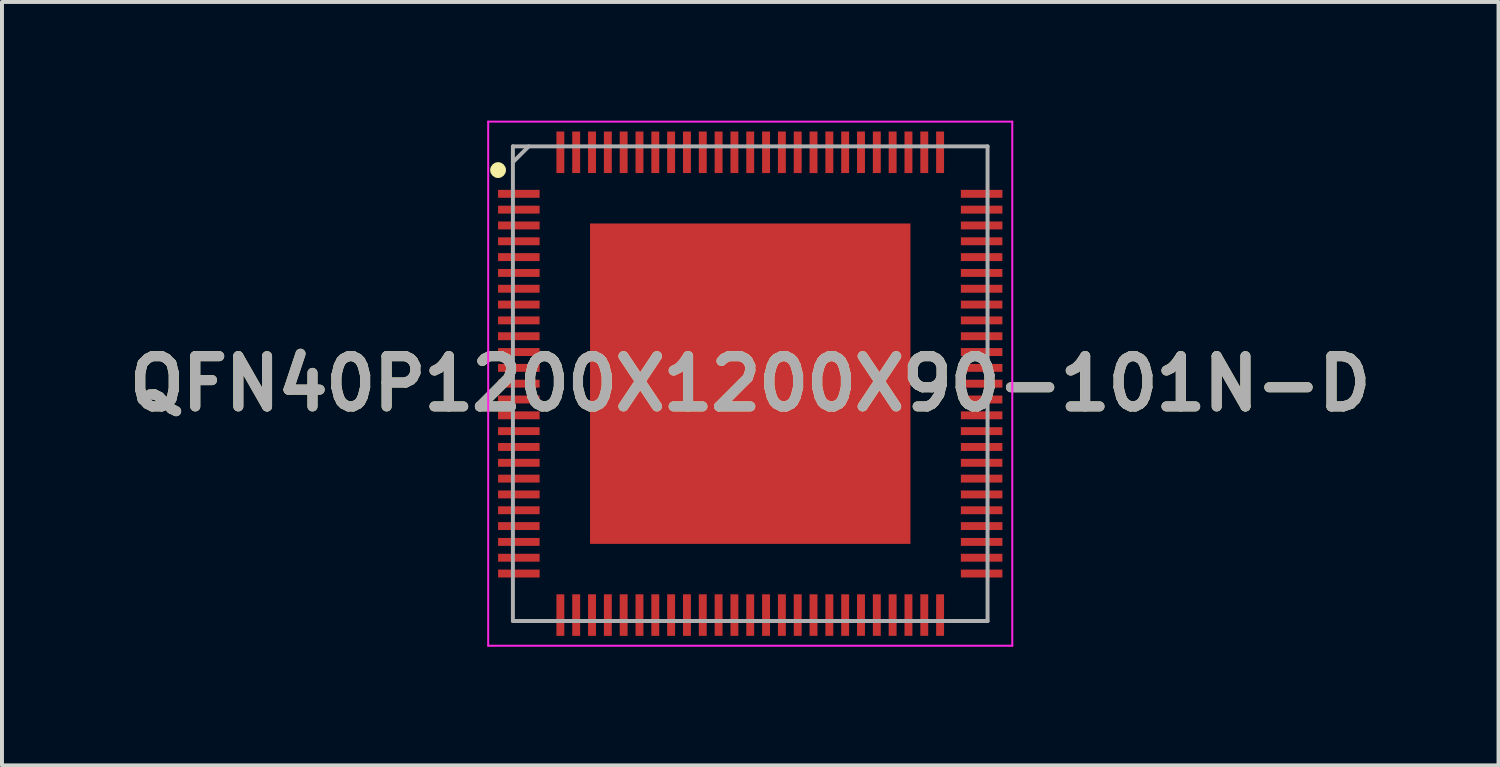
<source format=kicad_pcb>
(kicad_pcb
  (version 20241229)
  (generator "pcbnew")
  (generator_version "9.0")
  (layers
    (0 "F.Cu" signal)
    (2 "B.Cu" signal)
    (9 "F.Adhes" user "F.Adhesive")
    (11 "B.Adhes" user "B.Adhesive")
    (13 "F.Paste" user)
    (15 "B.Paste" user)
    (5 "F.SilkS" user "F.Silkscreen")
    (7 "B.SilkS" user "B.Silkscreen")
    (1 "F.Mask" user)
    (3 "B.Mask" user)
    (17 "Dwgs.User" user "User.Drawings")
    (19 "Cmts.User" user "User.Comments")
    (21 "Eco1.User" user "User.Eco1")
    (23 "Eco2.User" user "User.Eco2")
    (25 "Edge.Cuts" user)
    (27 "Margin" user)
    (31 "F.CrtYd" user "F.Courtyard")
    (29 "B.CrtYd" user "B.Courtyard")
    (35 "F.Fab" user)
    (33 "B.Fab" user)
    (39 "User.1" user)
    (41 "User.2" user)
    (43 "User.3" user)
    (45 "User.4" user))
  (footprint "QFN40P1200X1200X90-101N-D"
    (layer "F.Cu")
    (at 15.917 6.65)
    (property "Reference" "QFN40P1200X1200X90-101N-D" (at 0 0 0) (layer "F.SilkS") (effects (font (size 1.27 1.27) (thickness 0.254))))
    (attr smd)
    (fp_circle (center -6.375 -5.4) (end -6.375 -5.3) (stroke (width 0.2) (type solid)) (fill no) (layer "F.SilkS"))
    (fp_line (start -6.625 -6.625) (end 6.625 -6.625) (stroke (width 0.05) (type solid)) (layer "F.CrtYd"))
    (fp_line (start -6.625 6.625) (end -6.625 -6.625) (stroke (width 0.05) (type solid)) (layer "F.CrtYd"))
    (fp_line (start 6.625 -6.625) (end 6.625 6.625) (stroke (width 0.05) (type solid)) (layer "F.CrtYd"))
    (fp_line (start 6.625 6.625) (end -6.625 6.625) (stroke (width 0.05) (type solid)) (layer "F.CrtYd"))
    (fp_line (start -6 -6) (end 6 -6) (stroke (width 0.1) (type solid)) (layer "F.Fab"))
    (fp_line (start -6 -5.6) (end -5.6 -6) (stroke (width 0.1) (type solid)) (layer "F.Fab"))
    (fp_line (start -6 6) (end -6 -6) (stroke (width 0.1) (type solid)) (layer "F.Fab"))
    (fp_line (start 6 -6) (end 6 6) (stroke (width 0.1) (type solid)) (layer "F.Fab"))
    (fp_line (start 6 6) (end -6 6) (stroke (width 0.1) (type solid)) (layer "F.Fab"))
    (fp_text user "${REFERENCE}" (at 0 0 0) (layer "F.Fab") (effects (font (size 1.27 1.27) (thickness 0.254))))
    (pad "1" smd rect (at -5.85 -4.8 90) (size 0.2 1.05) (layers "F.Cu" "F.Mask" "F.Paste"))
    (pad "2" smd rect (at -5.85 -4.4 90) (size 0.2 1.05) (layers "F.Cu" "F.Mask" "F.Paste"))
    (pad "3" smd rect (at -5.85 -4 90) (size 0.2 1.05) (layers "F.Cu" "F.Mask" "F.Paste"))
    (pad "4" smd rect (at -5.85 -3.6 90) (size 0.2 1.05) (layers "F.Cu" "F.Mask" "F.Paste"))
    (pad "5" smd rect (at -5.85 -3.2 90) (size 0.2 1.05) (layers "F.Cu" "F.Mask" "F.Paste"))
    (pad "6" smd rect (at -5.85 -2.8 90) (size 0.2 1.05) (layers "F.Cu" "F.Mask" "F.Paste"))
    (pad "7" smd rect (at -5.85 -2.4 90) (size 0.2 1.05) (layers "F.Cu" "F.Mask" "F.Paste"))
    (pad "8" smd rect (at -5.85 -2 90) (size 0.2 1.05) (layers "F.Cu" "F.Mask" "F.Paste"))
    (pad "9" smd rect (at -5.85 -1.6 90) (size 0.2 1.05) (layers "F.Cu" "F.Mask" "F.Paste"))
    (pad "10" smd rect (at -5.85 -1.2 90) (size 0.2 1.05) (layers "F.Cu" "F.Mask" "F.Paste"))
    (pad "11" smd rect (at -5.85 -0.8 90) (size 0.2 1.05) (layers "F.Cu" "F.Mask" "F.Paste"))
    (pad "12" smd rect (at -5.85 -0.4 90) (size 0.2 1.05) (layers "F.Cu" "F.Mask" "F.Paste"))
    (pad "13" smd rect (at -5.85 0 90) (size 0.2 1.05) (layers "F.Cu" "F.Mask" "F.Paste"))
    (pad "14" smd rect (at -5.85 0.4 90) (size 0.2 1.05) (layers "F.Cu" "F.Mask" "F.Paste"))
    (pad "15" smd rect (at -5.85 0.8 90) (size 0.2 1.05) (layers "F.Cu" "F.Mask" "F.Paste"))
    (pad "16" smd rect (at -5.85 1.2 90) (size 0.2 1.05) (layers "F.Cu" "F.Mask" "F.Paste"))
    (pad "17" smd rect (at -5.85 1.6 90) (size 0.2 1.05) (layers "F.Cu" "F.Mask" "F.Paste"))
    (pad "18" smd rect (at -5.85 2 90) (size 0.2 1.05) (layers "F.Cu" "F.Mask" "F.Paste"))
    (pad "19" smd rect (at -5.85 2.4 90) (size 0.2 1.05) (layers "F.Cu" "F.Mask" "F.Paste"))
    (pad "20" smd rect (at -5.85 2.8 90) (size 0.2 1.05) (layers "F.Cu" "F.Mask" "F.Paste"))
    (pad "21" smd rect (at -5.85 3.2 90) (size 0.2 1.05) (layers "F.Cu" "F.Mask" "F.Paste"))
    (pad "22" smd rect (at -5.85 3.6 90) (size 0.2 1.05) (layers "F.Cu" "F.Mask" "F.Paste"))
    (pad "23" smd rect (at -5.85 4 90) (size 0.2 1.05) (layers "F.Cu" "F.Mask" "F.Paste"))
    (pad "24" smd rect (at -5.85 4.4 90) (size 0.2 1.05) (layers "F.Cu" "F.Mask" "F.Paste"))
    (pad "25" smd rect (at -5.85 4.8 90) (size 0.2 1.05) (layers "F.Cu" "F.Mask" "F.Paste"))
    (pad "26" smd rect (at -4.8 5.85) (size 0.2 1.05) (layers "F.Cu" "F.Mask" "F.Paste"))
    (pad "27" smd rect (at -4.4 5.85) (size 0.2 1.05) (layers "F.Cu" "F.Mask" "F.Paste"))
    (pad "28" smd rect (at -4 5.85) (size 0.2 1.05) (layers "F.Cu" "F.Mask" "F.Paste"))
    (pad "29" smd rect (at -3.6 5.85) (size 0.2 1.05) (layers "F.Cu" "F.Mask" "F.Paste"))
    (pad "30" smd rect (at -3.2 5.85) (size 0.2 1.05) (layers "F.Cu" "F.Mask" "F.Paste"))
    (pad "31" smd rect (at -2.8 5.85) (size 0.2 1.05) (layers "F.Cu" "F.Mask" "F.Paste"))
    (pad "32" smd rect (at -2.4 5.85) (size 0.2 1.05) (layers "F.Cu" "F.Mask" "F.Paste"))
    (pad "33" smd rect (at -2 5.85) (size 0.2 1.05) (layers "F.Cu" "F.Mask" "F.Paste"))
    (pad "34" smd rect (at -1.6 5.85) (size 0.2 1.05) (layers "F.Cu" "F.Mask" "F.Paste"))
    (pad "35" smd rect (at -1.2 5.85) (size 0.2 1.05) (layers "F.Cu" "F.Mask" "F.Paste"))
    (pad "36" smd rect (at -0.8 5.85) (size 0.2 1.05) (layers "F.Cu" "F.Mask" "F.Paste"))
    (pad "37" smd rect (at -0.4 5.85) (size 0.2 1.05) (layers "F.Cu" "F.Mask" "F.Paste"))
    (pad "38" smd rect (at 0 5.85) (size 0.2 1.05) (layers "F.Cu" "F.Mask" "F.Paste"))
    (pad "39" smd rect (at 0.4 5.85) (size 0.2 1.05) (layers "F.Cu" "F.Mask" "F.Paste"))
    (pad "40" smd rect (at 0.8 5.85) (size 0.2 1.05) (layers "F.Cu" "F.Mask" "F.Paste"))
    (pad "41" smd rect (at 1.2 5.85) (size 0.2 1.05) (layers "F.Cu" "F.Mask" "F.Paste"))
    (pad "42" smd rect (at 1.6 5.85) (size 0.2 1.05) (layers "F.Cu" "F.Mask" "F.Paste"))
    (pad "43" smd rect (at 2 5.85) (size 0.2 1.05) (layers "F.Cu" "F.Mask" "F.Paste"))
    (pad "44" smd rect (at 2.4 5.85) (size 0.2 1.05) (layers "F.Cu" "F.Mask" "F.Paste"))
    (pad "45" smd rect (at 2.8 5.85) (size 0.2 1.05) (layers "F.Cu" "F.Mask" "F.Paste"))
    (pad "46" smd rect (at 3.2 5.85) (size 0.2 1.05) (layers "F.Cu" "F.Mask" "F.Paste"))
    (pad "47" smd rect (at 3.6 5.85) (size 0.2 1.05) (layers "F.Cu" "F.Mask" "F.Paste"))
    (pad "48" smd rect (at 4 5.85) (size 0.2 1.05) (layers "F.Cu" "F.Mask" "F.Paste"))
    (pad "49" smd rect (at 4.4 5.85) (size 0.2 1.05) (layers "F.Cu" "F.Mask" "F.Paste"))
    (pad "50" smd rect (at 4.8 5.85) (size 0.2 1.05) (layers "F.Cu" "F.Mask" "F.Paste"))
    (pad "51" smd rect (at 5.85 4.8 90) (size 0.2 1.05) (layers "F.Cu" "F.Mask" "F.Paste"))
    (pad "52" smd rect (at 5.85 4.4 90) (size 0.2 1.05) (layers "F.Cu" "F.Mask" "F.Paste"))
    (pad "53" smd rect (at 5.85 4 90) (size 0.2 1.05) (layers "F.Cu" "F.Mask" "F.Paste"))
    (pad "54" smd rect (at 5.85 3.6 90) (size 0.2 1.05) (layers "F.Cu" "F.Mask" "F.Paste"))
    (pad "55" smd rect (at 5.85 3.2 90) (size 0.2 1.05) (layers "F.Cu" "F.Mask" "F.Paste"))
    (pad "56" smd rect (at 5.85 2.8 90) (size 0.2 1.05) (layers "F.Cu" "F.Mask" "F.Paste"))
    (pad "57" smd rect (at 5.85 2.4 90) (size 0.2 1.05) (layers "F.Cu" "F.Mask" "F.Paste"))
    (pad "58" smd rect (at 5.85 2 90) (size 0.2 1.05) (layers "F.Cu" "F.Mask" "F.Paste"))
    (pad "59" smd rect (at 5.85 1.6 90) (size 0.2 1.05) (layers "F.Cu" "F.Mask" "F.Paste"))
    (pad "60" smd rect (at 5.85 1.2 90) (size 0.2 1.05) (layers "F.Cu" "F.Mask" "F.Paste"))
    (pad "61" smd rect (at 5.85 0.8 90) (size 0.2 1.05) (layers "F.Cu" "F.Mask" "F.Paste"))
    (pad "62" smd rect (at 5.85 0.4 90) (size 0.2 1.05) (layers "F.Cu" "F.Mask" "F.Paste"))
    (pad "63" smd rect (at 5.85 0 90) (size 0.2 1.05) (layers "F.Cu" "F.Mask" "F.Paste"))
    (pad "64" smd rect (at 5.85 -0.4 90) (size 0.2 1.05) (layers "F.Cu" "F.Mask" "F.Paste"))
    (pad "65" smd rect (at 5.85 -0.8 90) (size 0.2 1.05) (layers "F.Cu" "F.Mask" "F.Paste"))
    (pad "66" smd rect (at 5.85 -1.2 90) (size 0.2 1.05) (layers "F.Cu" "F.Mask" "F.Paste"))
    (pad "67" smd rect (at 5.85 -1.6 90) (size 0.2 1.05) (layers "F.Cu" "F.Mask" "F.Paste"))
    (pad "68" smd rect (at 5.85 -2 90) (size 0.2 1.05) (layers "F.Cu" "F.Mask" "F.Paste"))
    (pad "69" smd rect (at 5.85 -2.4 90) (size 0.2 1.05) (layers "F.Cu" "F.Mask" "F.Paste"))
    (pad "70" smd rect (at 5.85 -2.8 90) (size 0.2 1.05) (layers "F.Cu" "F.Mask" "F.Paste"))
    (pad "71" smd rect (at 5.85 -3.2 90) (size 0.2 1.05) (layers "F.Cu" "F.Mask" "F.Paste"))
    (pad "72" smd rect (at 5.85 -3.6 90) (size 0.2 1.05) (layers "F.Cu" "F.Mask" "F.Paste"))
    (pad "73" smd rect (at 5.85 -4 90) (size 0.2 1.05) (layers "F.Cu" "F.Mask" "F.Paste"))
    (pad "74" smd rect (at 5.85 -4.4 90) (size 0.2 1.05) (layers "F.Cu" "F.Mask" "F.Paste"))
    (pad "75" smd rect (at 5.85 -4.8 90) (size 0.2 1.05) (layers "F.Cu" "F.Mask" "F.Paste"))
    (pad "76" smd rect (at 4.8 -5.85) (size 0.2 1.05) (layers "F.Cu" "F.Mask" "F.Paste"))
    (pad "77" smd rect (at 4.4 -5.85) (size 0.2 1.05) (layers "F.Cu" "F.Mask" "F.Paste"))
    (pad "78" smd rect (at 4 -5.85) (size 0.2 1.05) (layers "F.Cu" "F.Mask" "F.Paste"))
    (pad "79" smd rect (at 3.6 -5.85) (size 0.2 1.05) (layers "F.Cu" "F.Mask" "F.Paste"))
    (pad "80" smd rect (at 3.2 -5.85) (size 0.2 1.05) (layers "F.Cu" "F.Mask" "F.Paste"))
    (pad "81" smd rect (at 2.8 -5.85) (size 0.2 1.05) (layers "F.Cu" "F.Mask" "F.Paste"))
    (pad "82" smd rect (at 2.4 -5.85) (size 0.2 1.05) (layers "F.Cu" "F.Mask" "F.Paste"))
    (pad "83" smd rect (at 2 -5.85) (size 0.2 1.05) (layers "F.Cu" "F.Mask" "F.Paste"))
    (pad "84" smd rect (at 1.6 -5.85) (size 0.2 1.05) (layers "F.Cu" "F.Mask" "F.Paste"))
    (pad "85" smd rect (at 1.2 -5.85) (size 0.2 1.05) (layers "F.Cu" "F.Mask" "F.Paste"))
    (pad "86" smd rect (at 0.8 -5.85) (size 0.2 1.05) (layers "F.Cu" "F.Mask" "F.Paste"))
    (pad "87" smd rect (at 0.4 -5.85) (size 0.2 1.05) (layers "F.Cu" "F.Mask" "F.Paste"))
    (pad "88" smd rect (at 0 -5.85) (size 0.2 1.05) (layers "F.Cu" "F.Mask" "F.Paste"))
    (pad "89" smd rect (at -0.4 -5.85) (size 0.2 1.05) (layers "F.Cu" "F.Mask" "F.Paste"))
    (pad "90" smd rect (at -0.8 -5.85) (size 0.2 1.05) (layers "F.Cu" "F.Mask" "F.Paste"))
    (pad "91" smd rect (at -1.2 -5.85) (size 0.2 1.05) (layers "F.Cu" "F.Mask" "F.Paste"))
    (pad "92" smd rect (at -1.6 -5.85) (size 0.2 1.05) (layers "F.Cu" "F.Mask" "F.Paste"))
    (pad "93" smd rect (at -2 -5.85) (size 0.2 1.05) (layers "F.Cu" "F.Mask" "F.Paste"))
    (pad "94" smd rect (at -2.4 -5.85) (size 0.2 1.05) (layers "F.Cu" "F.Mask" "F.Paste"))
    (pad "95" smd rect (at -2.8 -5.85) (size 0.2 1.05) (layers "F.Cu" "F.Mask" "F.Paste"))
    (pad "96" smd rect (at -3.2 -5.85) (size 0.2 1.05) (layers "F.Cu" "F.Mask" "F.Paste"))
    (pad "97" smd rect (at -3.6 -5.85) (size 0.2 1.05) (layers "F.Cu" "F.Mask" "F.Paste"))
    (pad "98" smd rect (at -4 -5.85) (size 0.2 1.05) (layers "F.Cu" "F.Mask" "F.Paste"))
    (pad "99" smd rect (at -4.4 -5.85) (size 0.2 1.05) (layers "F.Cu" "F.Mask" "F.Paste"))
    (pad "100" smd rect (at -4.8 -5.85) (size 0.2 1.05) (layers "F.Cu" "F.Mask" "F.Paste"))
    (pad "101" smd rect (at 0 0) (size 8.1 8.1) (layers "F.Cu" "F.Mask" "F.Paste")))
  (gr_rect
    (start -3 -3)
    (end 34.835 16.3)
    (stroke (width 0.1) (type default))
    (fill no)
    (layer "Edge.Cuts")))
</source>
